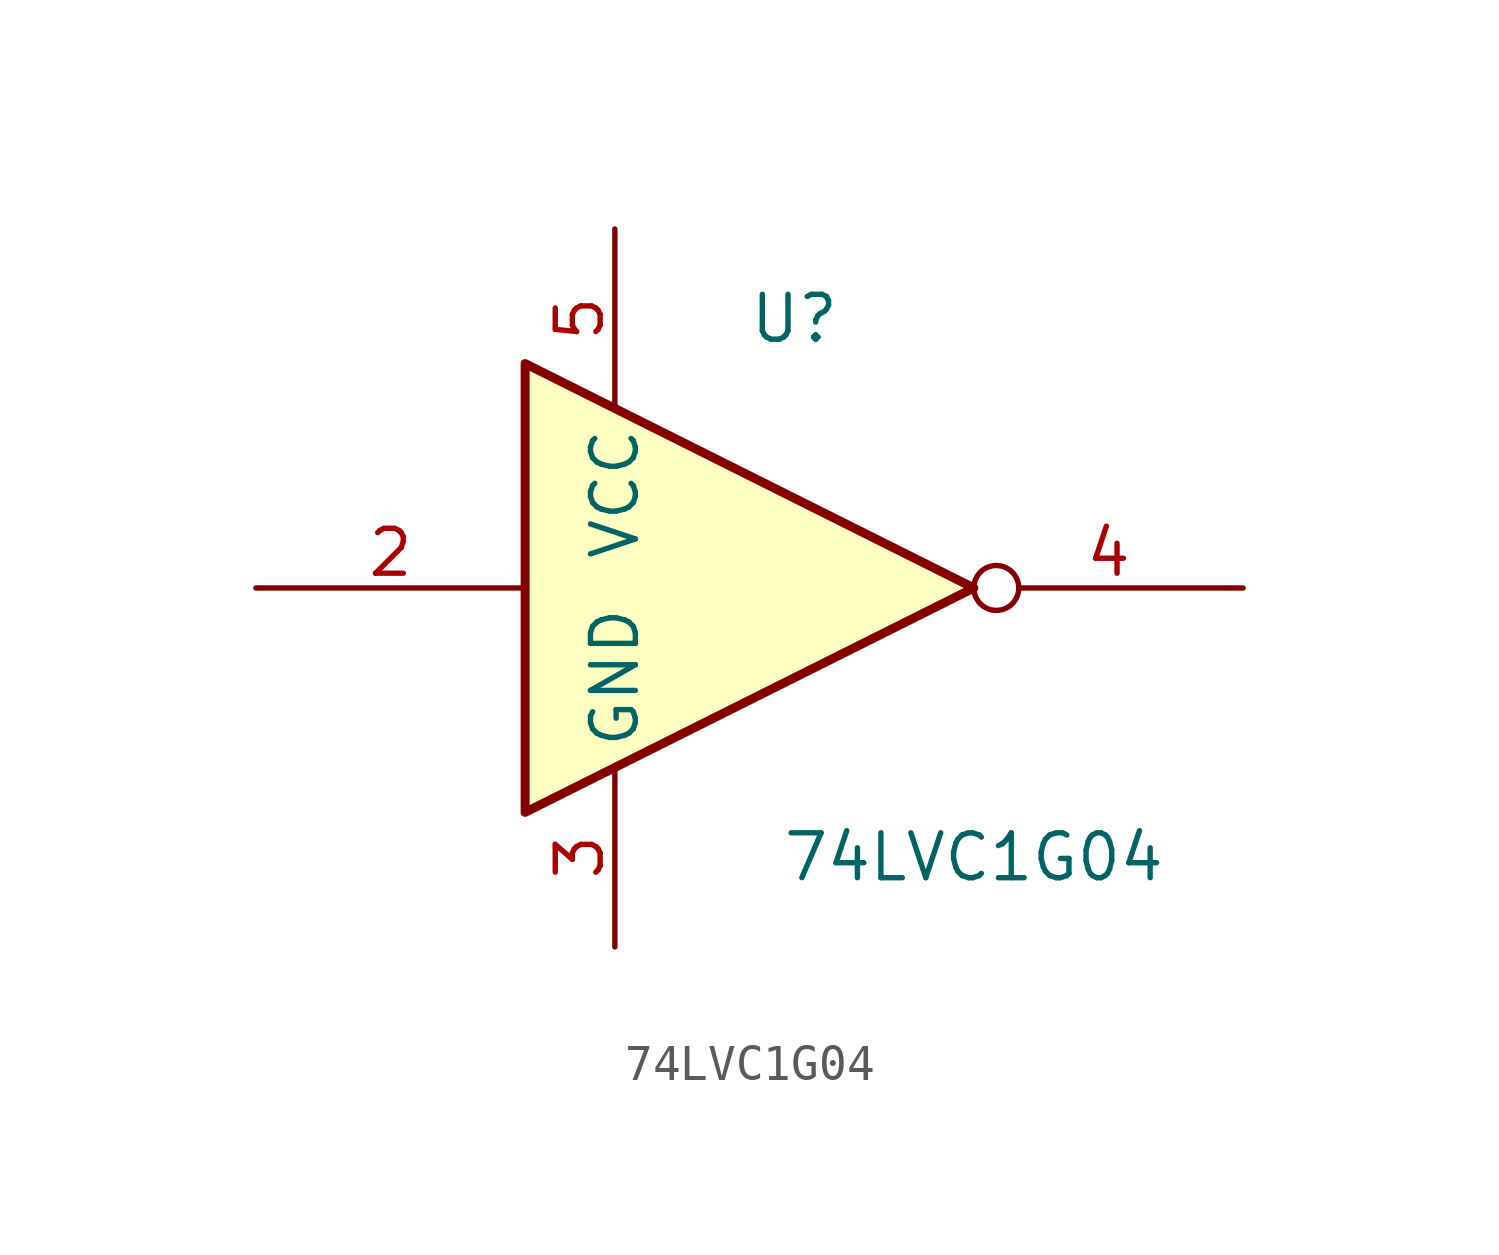
<source format=kicad_sym>
(kicad_symbol_lib
  (version 20241209)
  (generator "kicad_symbol_editor")
  (generator_version "9.0")
  (symbol "74LVC1G04"
    (property "Reference" "U"
      (at 0 7.62 0)
      (effects (font (size 1.27 1.27))))
    (property "Value" "74LVC1G04"
      (at 5.08 -7.62 0)
      (effects (font (size 1.27 1.27))))
    (symbol "74LVC1G04_0_1"
      (polyline (pts (xy -7.62 6.35) (xy -7.62 -6.35) (xy 5.08 0) (xy -7.62 6.35)) (stroke (width 0.254) (type default)) (fill (type background))))
    (symbol "74LVC1G04_1_1"
      (pin input line (at -15.24 0 0) (length 7.62) (name "~" (effects (font (size 1.27 1.27)))) (number "2" (effects (font (size 1.27 1.27)))))
      (pin power_in line (at -5.08 10.16 270) (length 5.08) (name "VCC" (effects (font (size 1.27 1.27)))) (number "5" (effects (font (size 1.27 1.27)))))
      (pin power_in line (at -5.08 -10.16 90) (length 5.08) (name "GND" (effects (font (size 1.27 1.27)))) (number "3" (effects (font (size 1.27 1.27)))))
      (pin no_connect line (at -7.62 2.54 0) (length 2.54) (hide yes) (name "NC" (effects (font (size 1.27 1.27)))) (number "1" (effects (font (size 1.27 1.27)))))
      (pin output inverted (at 12.7 0 180) (length 7.62) (name "~" (effects (font (size 1.27 1.27)))) (number "4" (effects (font (size 1.27 1.27))))))))
</source>
